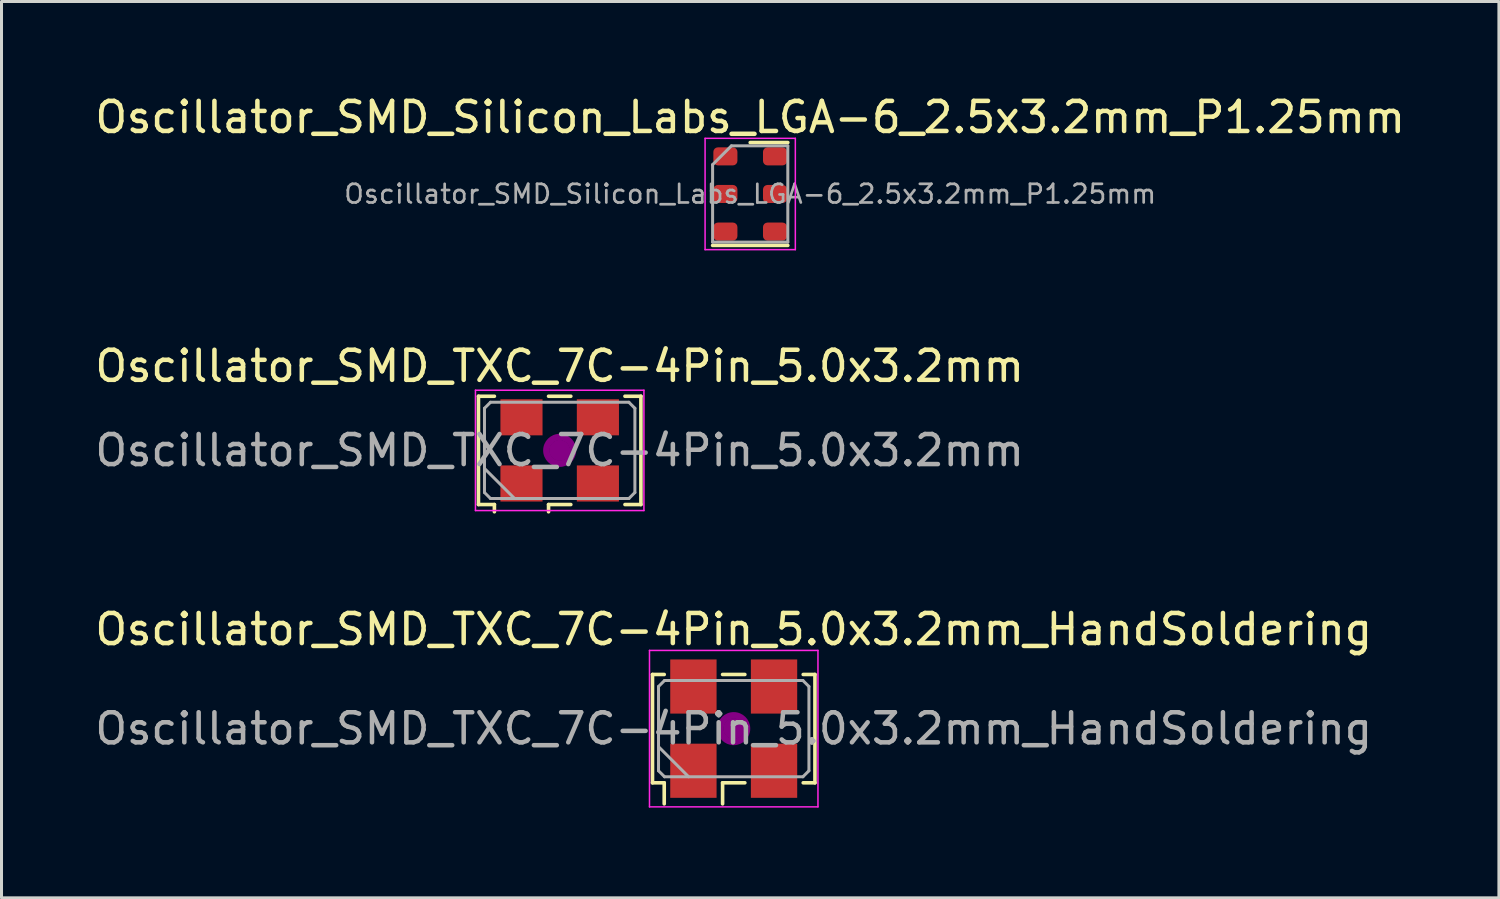
<source format=kicad_pcb>
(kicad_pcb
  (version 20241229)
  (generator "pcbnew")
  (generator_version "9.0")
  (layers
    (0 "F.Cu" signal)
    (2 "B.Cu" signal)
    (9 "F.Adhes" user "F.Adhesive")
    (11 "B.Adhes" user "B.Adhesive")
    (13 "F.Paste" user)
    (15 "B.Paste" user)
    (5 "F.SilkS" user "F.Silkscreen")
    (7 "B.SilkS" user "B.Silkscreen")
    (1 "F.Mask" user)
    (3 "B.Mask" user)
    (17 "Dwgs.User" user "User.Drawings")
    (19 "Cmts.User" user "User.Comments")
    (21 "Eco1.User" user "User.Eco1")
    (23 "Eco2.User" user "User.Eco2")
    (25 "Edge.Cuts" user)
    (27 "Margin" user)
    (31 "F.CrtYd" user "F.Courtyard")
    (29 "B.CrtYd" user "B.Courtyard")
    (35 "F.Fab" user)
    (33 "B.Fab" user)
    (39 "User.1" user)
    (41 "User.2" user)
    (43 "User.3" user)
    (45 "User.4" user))
  (footprint "Oscillator_SMD_TXC_7C-4Pin_5.0x3.2mm"
    (layer "F.Cu")
    (at 15.554 11.921)
    (property "Reference" "Oscillator_SMD_TXC_7C-4Pin_5.0x3.2mm" (at 0 -2.8 0) (layer "F.SilkS") (effects (font (size 1 1) (thickness 0.15))))
    (attr smd)
    (fp_line (start -2.7 -1.8) (end -2.17 -1.8) (stroke (width 0.12) (type solid)) (layer "F.SilkS"))
    (fp_line (start -2.7 1.8) (end -2.7 -1.8) (stroke (width 0.12) (type solid)) (layer "F.SilkS"))
    (fp_line (start -2.17 1.8) (end -2.7 1.8) (stroke (width 0.12) (type solid)) (layer "F.SilkS"))
    (fp_line (start -2.17 2.04) (end -2.17 1.8) (stroke (width 0.12) (type solid)) (layer "F.SilkS"))
    (fp_line (start -0.37 -1.8) (end 0.37 -1.8) (stroke (width 0.12) (type solid)) (layer "F.SilkS"))
    (fp_line (start -0.37 1.8) (end -0.37 2.04) (stroke (width 0.12) (type solid)) (layer "F.SilkS"))
    (fp_line (start 0.37 1.8) (end -0.37 1.8) (stroke (width 0.12) (type solid)) (layer "F.SilkS"))
    (fp_line (start 2.17 -1.8) (end 2.7 -1.8) (stroke (width 0.12) (type solid)) (layer "F.SilkS"))
    (fp_line (start 2.7 -1.8) (end 2.7 1.8) (stroke (width 0.12) (type solid)) (layer "F.SilkS"))
    (fp_line (start 2.7 1.8) (end 2.17 1.8) (stroke (width 0.12) (type solid)) (layer "F.SilkS"))
    (fp_circle (center 0 0) (end 0.117 0) (stroke (width 0.233) (type solid)) (fill no) (layer "F.Adhes"))
    (fp_circle (center 0 0) (end 0.267 0) (stroke (width 0.167) (type solid)) (fill no) (layer "F.Adhes"))
    (fp_circle (center 0 0) (end 0.417 0) (stroke (width 0.167) (type solid)) (fill no) (layer "F.Adhes"))
    (fp_circle (center 0 0) (end 0.5 0) (stroke (width 0.1) (type solid)) (fill no) (layer "F.Adhes"))
    (fp_line (start -2.8 -2) (end -2.8 2) (stroke (width 0.05) (type solid)) (layer "F.CrtYd"))
    (fp_line (start -2.8 2) (end 2.8 2) (stroke (width 0.05) (type solid)) (layer "F.CrtYd"))
    (fp_line (start 2.8 -2) (end -2.8 -2) (stroke (width 0.05) (type solid)) (layer "F.CrtYd"))
    (fp_line (start 2.8 2) (end 2.8 -2) (stroke (width 0.05) (type solid)) (layer "F.CrtYd"))
    (fp_line (start -2.5 -1.4) (end -2.3 -1.6) (stroke (width 0.1) (type solid)) (layer "F.Fab"))
    (fp_line (start -2.5 0.6) (end -1.5 1.6) (stroke (width 0.1) (type solid)) (layer "F.Fab"))
    (fp_line (start -2.5 1.4) (end -2.5 -1.4) (stroke (width 0.1) (type solid)) (layer "F.Fab"))
    (fp_line (start -2.3 -1.6) (end 2.3 -1.6) (stroke (width 0.1) (type solid)) (layer "F.Fab"))
    (fp_line (start -2.3 1.6) (end -2.5 1.4) (stroke (width 0.1) (type solid)) (layer "F.Fab"))
    (fp_line (start 2.3 -1.6) (end 2.5 -1.4) (stroke (width 0.1) (type solid)) (layer "F.Fab"))
    (fp_line (start 2.3 1.6) (end -2.3 1.6) (stroke (width 0.1) (type solid)) (layer "F.Fab"))
    (fp_line (start 2.5 -1.4) (end 2.5 1.4) (stroke (width 0.1) (type solid)) (layer "F.Fab"))
    (fp_line (start 2.5 1.4) (end 2.3 1.6) (stroke (width 0.1) (type solid)) (layer "F.Fab"))
    (fp_text user "${REFERENCE}" (at 0 0 0) (layer "F.Fab") (effects (font (size 1 1) (thickness 0.15))))
    (pad "1" smd rect (at -1.27 1.1) (size 1.4 1.2) (layers "F.Cu" "F.Mask" "F.Paste"))
    (pad "2" smd rect (at 1.27 1.1) (size 1.4 1.2) (layers "F.Cu" "F.Mask" "F.Paste"))
    (pad "3" smd rect (at 1.27 -1.1) (size 1.4 1.2) (layers "F.Cu" "F.Mask" "F.Paste"))
    (pad "4" smd rect (at -1.27 -1.1) (size 1.4 1.2) (layers "F.Cu" "F.Mask" "F.Paste")))
  (footprint "Oscillator_SMD_Silicon_Labs_LGA-6_2.5x3.2mm_P1.25mm"
    (layer "F.Cu")
    (at 21.887 3.398)
    (property "Reference" "Oscillator_SMD_Silicon_Labs_LGA-6_2.5x3.2mm_P1.25mm" (at 0 -2.55 0) (layer "F.SilkS") (effects (font (size 1 1) (thickness 0.15))))
    (attr smd)
    (fp_line (start -1.25 1.71) (end 1.25 1.71) (stroke (width 0.12) (type solid)) (layer "F.SilkS"))
    (fp_line (start 0 -1.71) (end 1.25 -1.71) (stroke (width 0.12) (type solid)) (layer "F.SilkS"))
    (fp_line (start -1.5 -1.85) (end -1.5 1.85) (stroke (width 0.05) (type solid)) (layer "F.CrtYd"))
    (fp_line (start -1.5 1.85) (end 1.5 1.85) (stroke (width 0.05) (type solid)) (layer "F.CrtYd"))
    (fp_line (start 1.5 -1.85) (end -1.5 -1.85) (stroke (width 0.05) (type solid)) (layer "F.CrtYd"))
    (fp_line (start 1.5 1.85) (end 1.5 -1.85) (stroke (width 0.05) (type solid)) (layer "F.CrtYd"))
    (fp_line (start -1.25 -0.975) (end -0.625 -1.6) (stroke (width 0.1) (type solid)) (layer "F.Fab"))
    (fp_line (start -1.25 1.6) (end -1.25 -0.975) (stroke (width 0.1) (type solid)) (layer "F.Fab"))
    (fp_line (start -0.625 -1.6) (end 1.25 -1.6) (stroke (width 0.1) (type solid)) (layer "F.Fab"))
    (fp_line (start 1.25 -1.6) (end 1.25 1.6) (stroke (width 0.1) (type solid)) (layer "F.Fab"))
    (fp_line (start 1.25 1.6) (end -1.25 1.6) (stroke (width 0.1) (type solid)) (layer "F.Fab"))
    (fp_text user "${REFERENCE}" (at 0 0 0) (layer "F.Fab") (effects (font (size 0.62 0.62) (thickness 0.09))))
    (pad "1" smd roundrect (at -0.825 -1.25) (size 0.8 0.6) (layers "F.Cu" "F.Mask" "F.Paste") (roundrect_rratio 0.25))
    (pad "2" smd roundrect (at -0.825 0) (size 0.8 0.6) (layers "F.Cu" "F.Mask" "F.Paste") (roundrect_rratio 0.25))
    (pad "3" smd roundrect (at -0.825 1.25) (size 0.8 0.6) (layers "F.Cu" "F.Mask" "F.Paste") (roundrect_rratio 0.25))
    (pad "4" smd roundrect (at 0.825 1.25) (size 0.8 0.6) (layers "F.Cu" "F.Mask" "F.Paste") (roundrect_rratio 0.25))
    (pad "5" smd roundrect (at 0.825 0) (size 0.8 0.6) (layers "F.Cu" "F.Mask" "F.Paste") (roundrect_rratio 0.25))
    (pad "6" smd roundrect (at 0.825 -1.25) (size 0.8 0.6) (layers "F.Cu" "F.Mask" "F.Paste") (roundrect_rratio 0.25)))
  (footprint "Oscillator_SMD_TXC_7C-4Pin_5.0x3.2mm_HandSoldering"
    (layer "F.Cu")
    (at 21.339 21.17)
    (property "Reference" "Oscillator_SMD_TXC_7C-4Pin_5.0x3.2mm_HandSoldering" (at 0 -3.3 0) (layer "F.SilkS") (effects (font (size 1 1) (thickness 0.15))))
    (attr smd)
    (fp_line (start -2.7 -1.8) (end -2.31 -1.8) (stroke (width 0.12) (type solid)) (layer "F.SilkS"))
    (fp_line (start -2.7 1.8) (end -2.7 -1.8) (stroke (width 0.12) (type solid)) (layer "F.SilkS"))
    (fp_line (start -2.31 1.8) (end -2.7 1.8) (stroke (width 0.12) (type solid)) (layer "F.SilkS"))
    (fp_line (start -2.31 2.5) (end -2.31 1.8) (stroke (width 0.12) (type solid)) (layer "F.SilkS"))
    (fp_line (start -0.37 -1.8) (end 0.37 -1.8) (stroke (width 0.12) (type solid)) (layer "F.SilkS"))
    (fp_line (start -0.37 1.8) (end -0.37 2.5) (stroke (width 0.12) (type solid)) (layer "F.SilkS"))
    (fp_line (start 0.37 1.8) (end -0.37 1.8) (stroke (width 0.12) (type solid)) (layer "F.SilkS"))
    (fp_line (start 2.31 -1.8) (end 2.7 -1.8) (stroke (width 0.12) (type solid)) (layer "F.SilkS"))
    (fp_line (start 2.7 -1.8) (end 2.7 1.8) (stroke (width 0.12) (type solid)) (layer "F.SilkS"))
    (fp_line (start 2.7 1.8) (end 2.31 1.8) (stroke (width 0.12) (type solid)) (layer "F.SilkS"))
    (fp_circle (center 0 0) (end 0.117 0) (stroke (width 0.233) (type solid)) (fill no) (layer "F.Adhes"))
    (fp_circle (center 0 0) (end 0.267 0) (stroke (width 0.167) (type solid)) (fill no) (layer "F.Adhes"))
    (fp_circle (center 0 0) (end 0.417 0) (stroke (width 0.167) (type solid)) (fill no) (layer "F.Adhes"))
    (fp_circle (center 0 0) (end 0.5 0) (stroke (width 0.1) (type solid)) (fill no) (layer "F.Adhes"))
    (fp_line (start -2.8 -2.6) (end -2.8 2.6) (stroke (width 0.05) (type solid)) (layer "F.CrtYd"))
    (fp_line (start -2.8 2.6) (end 2.8 2.6) (stroke (width 0.05) (type solid)) (layer "F.CrtYd"))
    (fp_line (start 2.8 -2.6) (end -2.8 -2.6) (stroke (width 0.05) (type solid)) (layer "F.CrtYd"))
    (fp_line (start 2.8 2.6) (end 2.8 -2.6) (stroke (width 0.05) (type solid)) (layer "F.CrtYd"))
    (fp_line (start -2.5 -1.4) (end -2.3 -1.6) (stroke (width 0.1) (type solid)) (layer "F.Fab"))
    (fp_line (start -2.5 0.6) (end -1.5 1.6) (stroke (width 0.1) (type solid)) (layer "F.Fab"))
    (fp_line (start -2.5 1.4) (end -2.5 -1.4) (stroke (width 0.1) (type solid)) (layer "F.Fab"))
    (fp_line (start -2.3 -1.6) (end 2.3 -1.6) (stroke (width 0.1) (type solid)) (layer "F.Fab"))
    (fp_line (start -2.3 1.6) (end -2.5 1.4) (stroke (width 0.1) (type solid)) (layer "F.Fab"))
    (fp_line (start 2.3 -1.6) (end 2.5 -1.4) (stroke (width 0.1) (type solid)) (layer "F.Fab"))
    (fp_line (start 2.3 1.6) (end -2.3 1.6) (stroke (width 0.1) (type solid)) (layer "F.Fab"))
    (fp_line (start 2.5 -1.4) (end 2.5 1.4) (stroke (width 0.1) (type solid)) (layer "F.Fab"))
    (fp_line (start 2.5 1.4) (end 2.3 1.6) (stroke (width 0.1) (type solid)) (layer "F.Fab"))
    (fp_text user "${REFERENCE}" (at 0 0 0) (layer "F.Fab") (effects (font (size 1 1) (thickness 0.15))))
    (pad "1" smd rect (at -1.34 1.4) (size 1.54 1.8) (layers "F.Cu" "F.Mask" "F.Paste"))
    (pad "2" smd rect (at 1.34 1.4) (size 1.54 1.8) (layers "F.Cu" "F.Mask" "F.Paste"))
    (pad "3" smd rect (at 1.34 -1.4) (size 1.54 1.8) (layers "F.Cu" "F.Mask" "F.Paste"))
    (pad "4" smd rect (at -1.34 -1.4) (size 1.54 1.8) (layers "F.Cu" "F.Mask" "F.Paste")))
  (gr_rect
    (start -3 -3)
    (end 46.774 26.795)
    (stroke (width 0.1) (type default))
    (fill no)
    (layer "Edge.Cuts")))
</source>
